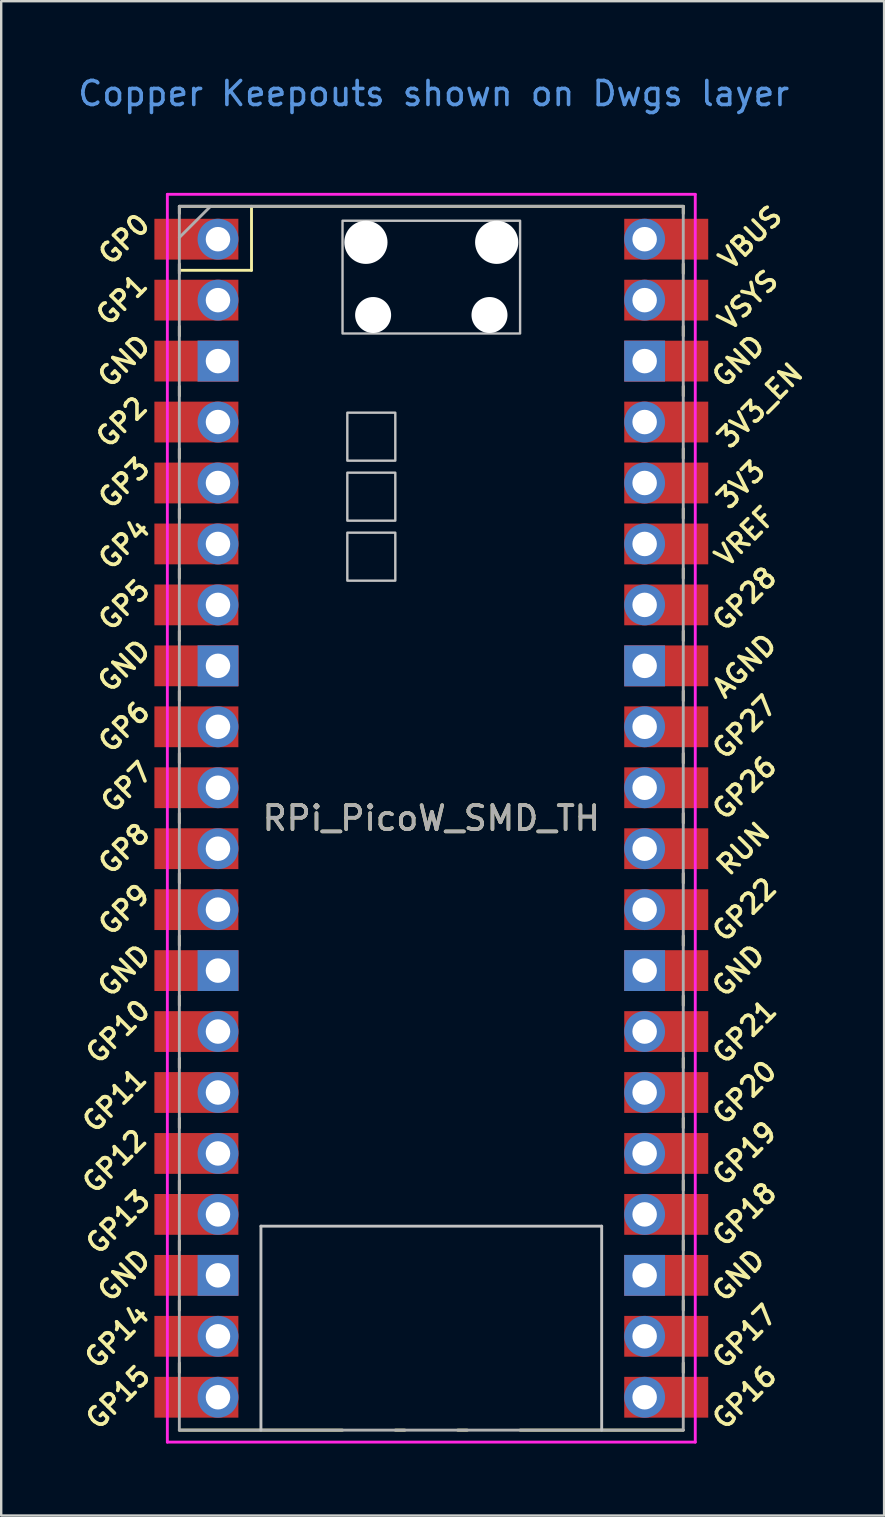
<source format=kicad_pcb>
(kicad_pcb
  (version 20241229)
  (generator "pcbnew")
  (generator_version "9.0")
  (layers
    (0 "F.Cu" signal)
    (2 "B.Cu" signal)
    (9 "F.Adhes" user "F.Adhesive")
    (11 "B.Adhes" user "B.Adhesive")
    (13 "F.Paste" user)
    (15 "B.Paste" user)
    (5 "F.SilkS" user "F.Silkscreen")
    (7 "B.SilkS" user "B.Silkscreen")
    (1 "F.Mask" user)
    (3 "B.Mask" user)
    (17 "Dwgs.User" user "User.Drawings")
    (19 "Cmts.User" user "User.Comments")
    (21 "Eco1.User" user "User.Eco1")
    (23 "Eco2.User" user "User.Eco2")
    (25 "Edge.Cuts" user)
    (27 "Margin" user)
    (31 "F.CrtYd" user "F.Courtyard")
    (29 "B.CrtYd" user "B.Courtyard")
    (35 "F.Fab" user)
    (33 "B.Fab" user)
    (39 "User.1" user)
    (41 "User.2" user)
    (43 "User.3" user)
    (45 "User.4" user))
  (footprint "RPi_PicoW_SMD_TH"
    (layer "F.Cu")
    (at 14.924 31.048)
    (property "Reference" "RPi_PicoW_SMD_TH" (at 0 0 0) (layer "F.SilkS") (effects (font (size 1 1) (thickness 0.15))))
    (attr through_hole)
    (fp_line (start -10.5 -25.5) (end -10.5 -25.2) (stroke (width 0.12) (type solid)) (layer "F.SilkS"))
    (fp_line (start -10.5 -25.5) (end 10.5 -25.5) (stroke (width 0.12) (type solid)) (layer "F.SilkS"))
    (fp_line (start -10.5 -23.1) (end -10.5 -22.7) (stroke (width 0.12) (type solid)) (layer "F.SilkS"))
    (fp_line (start -10.5 -22.833) (end -7.493 -22.833) (stroke (width 0.12) (type solid)) (layer "F.SilkS"))
    (fp_line (start -10.5 -20.5) (end -10.5 -20.1) (stroke (width 0.12) (type solid)) (layer "F.SilkS"))
    (fp_line (start -10.5 -18) (end -10.5 -17.6) (stroke (width 0.12) (type solid)) (layer "F.SilkS"))
    (fp_line (start -10.5 -15.4) (end -10.5 -15) (stroke (width 0.12) (type solid)) (layer "F.SilkS"))
    (fp_line (start -10.5 -12.9) (end -10.5 -12.5) (stroke (width 0.12) (type solid)) (layer "F.SilkS"))
    (fp_line (start -10.5 -10.4) (end -10.5 -10) (stroke (width 0.12) (type solid)) (layer "F.SilkS"))
    (fp_line (start -10.5 -7.8) (end -10.5 -7.4) (stroke (width 0.12) (type solid)) (layer "F.SilkS"))
    (fp_line (start -10.5 -5.3) (end -10.5 -4.9) (stroke (width 0.12) (type solid)) (layer "F.SilkS"))
    (fp_line (start -10.5 -2.7) (end -10.5 -2.3) (stroke (width 0.12) (type solid)) (layer "F.SilkS"))
    (fp_line (start -10.5 -0.2) (end -10.5 0.2) (stroke (width 0.12) (type solid)) (layer "F.SilkS"))
    (fp_line (start -10.5 2.3) (end -10.5 2.7) (stroke (width 0.12) (type solid)) (layer "F.SilkS"))
    (fp_line (start -10.5 4.9) (end -10.5 5.3) (stroke (width 0.12) (type solid)) (layer "F.SilkS"))
    (fp_line (start -10.5 7.4) (end -10.5 7.8) (stroke (width 0.12) (type solid)) (layer "F.SilkS"))
    (fp_line (start -10.5 10) (end -10.5 10.4) (stroke (width 0.12) (type solid)) (layer "F.SilkS"))
    (fp_line (start -10.5 12.5) (end -10.5 12.9) (stroke (width 0.12) (type solid)) (layer "F.SilkS"))
    (fp_line (start -10.5 15.1) (end -10.5 15.5) (stroke (width 0.12) (type solid)) (layer "F.SilkS"))
    (fp_line (start -10.5 17.6) (end -10.5 18) (stroke (width 0.12) (type solid)) (layer "F.SilkS"))
    (fp_line (start -10.5 20.1) (end -10.5 20.5) (stroke (width 0.12) (type solid)) (layer "F.SilkS"))
    (fp_line (start -10.5 22.7) (end -10.5 23.1) (stroke (width 0.12) (type solid)) (layer "F.SilkS"))
    (fp_line (start -7.493 -22.833) (end -7.493 -25.5) (stroke (width 0.12) (type solid)) (layer "F.SilkS"))
    (fp_line (start -3.7 25.5) (end -10.5 25.5) (stroke (width 0.12) (type solid)) (layer "F.SilkS"))
    (fp_line (start -1.5 25.5) (end -1.1 25.5) (stroke (width 0.12) (type solid)) (layer "F.SilkS"))
    (fp_line (start 1.1 25.5) (end 1.5 25.5) (stroke (width 0.12) (type solid)) (layer "F.SilkS"))
    (fp_line (start 10.5 -25.5) (end 10.5 -25.2) (stroke (width 0.12) (type solid)) (layer "F.SilkS"))
    (fp_line (start 10.5 -23.1) (end 10.5 -22.7) (stroke (width 0.12) (type solid)) (layer "F.SilkS"))
    (fp_line (start 10.5 -20.5) (end 10.5 -20.1) (stroke (width 0.12) (type solid)) (layer "F.SilkS"))
    (fp_line (start 10.5 -18) (end 10.5 -17.6) (stroke (width 0.12) (type solid)) (layer "F.SilkS"))
    (fp_line (start 10.5 -15.4) (end 10.5 -15) (stroke (width 0.12) (type solid)) (layer "F.SilkS"))
    (fp_line (start 10.5 -12.9) (end 10.5 -12.5) (stroke (width 0.12) (type solid)) (layer "F.SilkS"))
    (fp_line (start 10.5 -10.4) (end 10.5 -10) (stroke (width 0.12) (type solid)) (layer "F.SilkS"))
    (fp_line (start 10.5 -7.8) (end 10.5 -7.4) (stroke (width 0.12) (type solid)) (layer "F.SilkS"))
    (fp_line (start 10.5 -5.3) (end 10.5 -4.9) (stroke (width 0.12) (type solid)) (layer "F.SilkS"))
    (fp_line (start 10.5 -2.7) (end 10.5 -2.3) (stroke (width 0.12) (type solid)) (layer "F.SilkS"))
    (fp_line (start 10.5 -0.2) (end 10.5 0.2) (stroke (width 0.12) (type solid)) (layer "F.SilkS"))
    (fp_line (start 10.5 2.3) (end 10.5 2.7) (stroke (width 0.12) (type solid)) (layer "F.SilkS"))
    (fp_line (start 10.5 4.9) (end 10.5 5.3) (stroke (width 0.12) (type solid)) (layer "F.SilkS"))
    (fp_line (start 10.5 7.4) (end 10.5 7.8) (stroke (width 0.12) (type solid)) (layer "F.SilkS"))
    (fp_line (start 10.5 10) (end 10.5 10.4) (stroke (width 0.12) (type solid)) (layer "F.SilkS"))
    (fp_line (start 10.5 12.5) (end 10.5 12.9) (stroke (width 0.12) (type solid)) (layer "F.SilkS"))
    (fp_line (start 10.5 15.1) (end 10.5 15.5) (stroke (width 0.12) (type solid)) (layer "F.SilkS"))
    (fp_line (start 10.5 17.6) (end 10.5 18) (stroke (width 0.12) (type solid)) (layer "F.SilkS"))
    (fp_line (start 10.5 20.1) (end 10.5 20.5) (stroke (width 0.12) (type solid)) (layer "F.SilkS"))
    (fp_line (start 10.5 22.7) (end 10.5 23.1) (stroke (width 0.12) (type solid)) (layer "F.SilkS"))
    (fp_line (start 10.5 25.5) (end 3.7 25.5) (stroke (width 0.12) (type solid)) (layer "F.SilkS"))
    (fp_line (start -7.1 17) (end 7.1 17) (stroke (width 0.12) (type solid)) (layer "Dwgs.User"))
    (fp_line (start -7.1 25.5) (end -7.1 17) (stroke (width 0.12) (type solid)) (layer "Dwgs.User"))
    (fp_line (start 7.1 17) (end 7.1 25.5) (stroke (width 0.12) (type solid)) (layer "Dwgs.User"))
    (fp_poly (pts (xy -1.5 -14.9) (xy -3.5 -14.9) (xy -3.5 -16.9) (xy -1.5 -16.9)) (stroke (width 0.1) (type solid)) (fill no) (layer "Dwgs.User"))
    (fp_poly (pts (xy -1.5 -12.4) (xy -3.5 -12.4) (xy -3.5 -14.4) (xy -1.5 -14.4)) (stroke (width 0.1) (type solid)) (fill no) (layer "Dwgs.User"))
    (fp_poly (pts (xy -1.5 -9.9) (xy -3.5 -9.9) (xy -3.5 -11.9) (xy -1.5 -11.9)) (stroke (width 0.1) (type solid)) (fill no) (layer "Dwgs.User"))
    (fp_poly (pts (xy 3.7 -20.2) (xy -3.7 -20.2) (xy -3.7 -24.9) (xy 3.7 -24.9)) (stroke (width 0.1) (type solid)) (fill no) (layer "Dwgs.User"))
    (fp_line (start -11 -26) (end 11 -26) (stroke (width 0.12) (type solid)) (layer "F.CrtYd"))
    (fp_line (start -11 26) (end -11 -26) (stroke (width 0.12) (type solid)) (layer "F.CrtYd"))
    (fp_line (start 11 -26) (end 11 26) (stroke (width 0.12) (type solid)) (layer "F.CrtYd"))
    (fp_line (start 11 26) (end -11 26) (stroke (width 0.12) (type solid)) (layer "F.CrtYd"))
    (fp_line (start -10.5 -25.5) (end 10.5 -25.5) (stroke (width 0.12) (type solid)) (layer "F.Fab"))
    (fp_line (start -10.5 -24.2) (end -9.2 -25.5) (stroke (width 0.12) (type solid)) (layer "F.Fab"))
    (fp_line (start -10.5 25.5) (end -10.5 -25.5) (stroke (width 0.12) (type solid)) (layer "F.Fab"))
    (fp_line (start 10.5 -25.5) (end 10.5 25.5) (stroke (width 0.12) (type solid)) (layer "F.Fab"))
    (fp_line (start 10.5 25.5) (end -10.5 25.5) (stroke (width 0.12) (type solid)) (layer "F.Fab"))
    (fp_text user "GP12" (at -13.2 14.293 45) (layer "F.SilkS") (effects (font (size 0.8 0.8) (thickness 0.15))))
    (fp_text user "GP1" (at -12.9 -21.6 45) (layer "F.SilkS") (effects (font (size 0.8 0.8) (thickness 0.15))))
    (fp_text user "GP2" (at -12.9 -16.51 45) (layer "F.SilkS") (effects (font (size 0.8 0.8) (thickness 0.15))))
    (fp_text user "VBUS" (at 13.3 -24.2 45) (layer "F.SilkS") (effects (font (size 0.8 0.8) (thickness 0.15))))
    (fp_text user "GP14" (at -13.1 21.59 45) (layer "F.SilkS") (effects (font (size 0.8 0.8) (thickness 0.15))))
    (fp_text user "GP11" (at -13.2 11.752 45) (layer "F.SilkS") (effects (font (size 0.8 0.8) (thickness 0.15))))
    (fp_text user "RUN" (at 13 1.27 45) (layer "F.SilkS") (effects (font (size 0.8 0.8) (thickness 0.15))))
    (fp_text user "GP3" (at -12.8 -13.97 45) (layer "F.SilkS") (effects (font (size 0.8 0.8) (thickness 0.15))))
    (fp_text user "GND" (at -12.8 -19.05 45) (layer "F.SilkS") (effects (font (size 0.8 0.8) (thickness 0.15))))
    (fp_text user "GP17" (at 13.054 21.59 45) (layer "F.SilkS") (effects (font (size 0.8 0.8) (thickness 0.15))))
    (fp_text user "GND" (at -12.8 6.35 45) (layer "F.SilkS") (effects (font (size 0.8 0.8) (thickness 0.15))))
    (fp_text user "GP28" (at 13.054 -9.144 45) (layer "F.SilkS") (effects (font (size 0.8 0.8) (thickness 0.15))))
    (fp_text user "GP16" (at 13.054 24.13 45) (layer "F.SilkS") (effects (font (size 0.8 0.8) (thickness 0.15))))
    (fp_text user "VSYS" (at 13.2 -21.59 45) (layer "F.SilkS") (effects (font (size 0.8 0.8) (thickness 0.15))))
    (fp_text user "GP8" (at -12.8 1.27 45) (layer "F.SilkS") (effects (font (size 0.8 0.8) (thickness 0.15))))
    (fp_text user "GND" (at 12.8 6.35 45) (layer "F.SilkS") (effects (font (size 0.8 0.8) (thickness 0.15))))
    (fp_text user "GP26" (at 13.054 -1.27 45) (layer "F.SilkS") (effects (font (size 0.8 0.8) (thickness 0.15))))
    (fp_text user "GP5" (at -12.8 -8.89 45) (layer "F.SilkS") (effects (font (size 0.8 0.8) (thickness 0.15))))
    (fp_text user "GND" (at -12.8 19.05 45) (layer "F.SilkS") (effects (font (size 0.8 0.8) (thickness 0.15))))
    (fp_text user "GND" (at 12.8 19.05 45) (layer "F.SilkS") (effects (font (size 0.8 0.8) (thickness 0.15))))
    (fp_text user "GP21" (at 13.054 8.9 45) (layer "F.SilkS") (effects (font (size 0.8 0.8) (thickness 0.15))))
    (fp_text user "GND" (at -12.8 -6.35 45) (layer "F.SilkS") (effects (font (size 0.8 0.8) (thickness 0.15))))
    (fp_text user "GP6" (at -12.8 -3.81 45) (layer "F.SilkS") (effects (font (size 0.8 0.8) (thickness 0.15))))
    (fp_text user "GP19" (at 13.054 13.97 45) (layer "F.SilkS") (effects (font (size 0.8 0.8) (thickness 0.15))))
    (fp_text user "VREF" (at 13.068 -11.742 45) (layer "F.SilkS") (effects (font (size 0.8 0.8) (thickness 0.15))))
    (fp_text user "AGND" (at 13.054 -6.35 45) (layer "F.SilkS") (effects (font (size 0.8 0.8) (thickness 0.15))))
    (fp_text user "GP22" (at 13.054 3.81 45) (layer "F.SilkS") (effects (font (size 0.8 0.8) (thickness 0.15))))
    (fp_text user "GP10" (at -13.054 8.89 45) (layer "F.SilkS") (effects (font (size 0.8 0.8) (thickness 0.15))))
    (fp_text user "GP0" (at -12.8 -24.13 45) (layer "F.SilkS") (effects (font (size 0.8 0.8) (thickness 0.15))))
    (fp_text user "GND" (at 12.8 -19.05 45) (layer "F.SilkS") (effects (font (size 0.8 0.8) (thickness 0.15))))
    (fp_text user "3V3" (at 12.9 -13.9 45) (layer "F.SilkS") (effects (font (size 0.8 0.8) (thickness 0.15))))
    (fp_text user "GP13" (at -13.054 16.832 45) (layer "F.SilkS") (effects (font (size 0.8 0.8) (thickness 0.15))))
    (fp_text user "GP18" (at 13.054 16.51 45) (layer "F.SilkS") (effects (font (size 0.8 0.8) (thickness 0.15))))
    (fp_text user "GP27" (at 13.054 -3.8 45) (layer "F.SilkS") (effects (font (size 0.8 0.8) (thickness 0.15))))
    (fp_text user "GP7" (at -12.7 -1.3 45) (layer "F.SilkS") (effects (font (size 0.8 0.8) (thickness 0.15))))
    (fp_text user "GP15" (at -13.054 24.13 45) (layer "F.SilkS") (effects (font (size 0.8 0.8) (thickness 0.15))))
    (fp_text user "GP9" (at -12.8 3.81 45) (layer "F.SilkS") (effects (font (size 0.8 0.8) (thickness 0.15))))
    (fp_text user "3V3_EN" (at 13.7 -17.2 45) (layer "F.SilkS") (effects (font (size 0.8 0.8) (thickness 0.15))))
    (fp_text user "GP20" (at 13.054 11.43 45) (layer "F.SilkS") (effects (font (size 0.8 0.8) (thickness 0.15))))
    (fp_text user "GP4" (at -12.8 -11.43 45) (layer "F.SilkS") (effects (font (size 0.8 0.8) (thickness 0.15))))
    (fp_text user "Copper Keepouts shown on Dwgs layer" (at 0.1 -30.2 0) (layer "Cmts.User") (effects (font (size 1 1) (thickness 0.15))))
    (fp_text user "${REFERENCE}" (at 0 0 180) (layer "F.Fab") (effects (font (size 1 1) (thickness 0.15))))
    (pad "" np_thru_hole oval (at -2.725 -24) (size 1.8 1.8) (drill 1.8) (layers "*.Cu" "*.Mask"))
    (pad "" np_thru_hole oval (at -2.425 -20.97) (size 1.5 1.5) (drill 1.5) (layers "*.Cu" "*.Mask"))
    (pad "" np_thru_hole oval (at 2.425 -20.97) (size 1.5 1.5) (drill 1.5) (layers "*.Cu" "*.Mask"))
    (pad "" np_thru_hole oval (at 2.725 -24) (size 1.8 1.8) (drill 1.8) (layers "*.Cu" "*.Mask"))
    (pad "1" thru_hole oval (at -8.89 -24.13) (size 1.7 1.7) (drill 1.02) (layers "*.Cu" "*.Mask"))
    (pad "1" smd rect (at -8.89 -24.13) (size 3.5 1.7) (drill (offset -0.9 0)) (layers "F.Cu" "F.Mask"))
    (pad "2" thru_hole oval (at -8.89 -21.59) (size 1.7 1.7) (drill 1.02) (layers "*.Cu" "*.Mask"))
    (pad "2" smd rect (at -8.89 -21.59) (size 3.5 1.7) (drill (offset -0.9 0)) (layers "F.Cu" "F.Mask"))
    (pad "3" thru_hole rect (at -8.89 -19.05) (size 1.7 1.7) (drill 1.02) (layers "*.Cu" "*.Mask"))
    (pad "3" smd rect (at -8.89 -19.05) (size 3.5 1.7) (drill (offset -0.9 0)) (layers "F.Cu" "F.Mask"))
    (pad "4" thru_hole oval (at -8.89 -16.51) (size 1.7 1.7) (drill 1.02) (layers "*.Cu" "*.Mask"))
    (pad "4" smd rect (at -8.89 -16.51) (size 3.5 1.7) (drill (offset -0.9 0)) (layers "F.Cu" "F.Mask"))
    (pad "5" thru_hole oval (at -8.89 -13.97) (size 1.7 1.7) (drill 1.02) (layers "*.Cu" "*.Mask"))
    (pad "5" smd rect (at -8.89 -13.97) (size 3.5 1.7) (drill (offset -0.9 0)) (layers "F.Cu" "F.Mask"))
    (pad "6" thru_hole oval (at -8.89 -11.43) (size 1.7 1.7) (drill 1.02) (layers "*.Cu" "*.Mask"))
    (pad "6" smd rect (at -8.89 -11.43) (size 3.5 1.7) (drill (offset -0.9 0)) (layers "F.Cu" "F.Mask"))
    (pad "7" thru_hole oval (at -8.89 -8.89) (size 1.7 1.7) (drill 1.02) (layers "*.Cu" "*.Mask"))
    (pad "7" smd rect (at -8.89 -8.89) (size 3.5 1.7) (drill (offset -0.9 0)) (layers "F.Cu" "F.Mask"))
    (pad "8" thru_hole rect (at -8.89 -6.35) (size 1.7 1.7) (drill 1.02) (layers "*.Cu" "*.Mask"))
    (pad "8" smd rect (at -8.89 -6.35) (size 3.5 1.7) (drill (offset -0.9 0)) (layers "F.Cu" "F.Mask"))
    (pad "9" thru_hole oval (at -8.89 -3.81) (size 1.7 1.7) (drill 1.02) (layers "*.Cu" "*.Mask"))
    (pad "9" smd rect (at -8.89 -3.81) (size 3.5 1.7) (drill (offset -0.9 0)) (layers "F.Cu" "F.Mask"))
    (pad "10" thru_hole oval (at -8.89 -1.27) (size 1.7 1.7) (drill 1.02) (layers "*.Cu" "*.Mask"))
    (pad "10" smd rect (at -8.89 -1.27) (size 3.5 1.7) (drill (offset -0.9 0)) (layers "F.Cu" "F.Mask"))
    (pad "11" thru_hole oval (at -8.89 1.27) (size 1.7 1.7) (drill 1.02) (layers "*.Cu" "*.Mask"))
    (pad "11" smd rect (at -8.89 1.27) (size 3.5 1.7) (drill (offset -0.9 0)) (layers "F.Cu" "F.Mask"))
    (pad "12" thru_hole oval (at -8.89 3.81) (size 1.7 1.7) (drill 1.02) (layers "*.Cu" "*.Mask"))
    (pad "12" smd rect (at -8.89 3.81) (size 3.5 1.7) (drill (offset -0.9 0)) (layers "F.Cu" "F.Mask"))
    (pad "13" thru_hole rect (at -8.89 6.35) (size 1.7 1.7) (drill 1.02) (layers "*.Cu" "*.Mask"))
    (pad "13" smd rect (at -8.89 6.35) (size 3.5 1.7) (drill (offset -0.9 0)) (layers "F.Cu" "F.Mask"))
    (pad "14" thru_hole oval (at -8.89 8.89) (size 1.7 1.7) (drill 1.02) (layers "*.Cu" "*.Mask"))
    (pad "14" smd rect (at -8.89 8.89) (size 3.5 1.7) (drill (offset -0.9 0)) (layers "F.Cu" "F.Mask"))
    (pad "15" thru_hole oval (at -8.89 11.43) (size 1.7 1.7) (drill 1.02) (layers "*.Cu" "*.Mask"))
    (pad "15" smd rect (at -8.89 11.43) (size 3.5 1.7) (drill (offset -0.9 0)) (layers "F.Cu" "F.Mask"))
    (pad "16" thru_hole oval (at -8.89 13.97) (size 1.7 1.7) (drill 1.02) (layers "*.Cu" "*.Mask"))
    (pad "16" smd rect (at -8.89 13.97) (size 3.5 1.7) (drill (offset -0.9 0)) (layers "F.Cu" "F.Mask"))
    (pad "17" thru_hole oval (at -8.89 16.51) (size 1.7 1.7) (drill 1.02) (layers "*.Cu" "*.Mask"))
    (pad "17" smd rect (at -8.89 16.51) (size 3.5 1.7) (drill (offset -0.9 0)) (layers "F.Cu" "F.Mask"))
    (pad "18" thru_hole rect (at -8.89 19.05) (size 1.7 1.7) (drill 1.02) (layers "*.Cu" "*.Mask"))
    (pad "18" smd rect (at -8.89 19.05) (size 3.5 1.7) (drill (offset -0.9 0)) (layers "F.Cu" "F.Mask"))
    (pad "19" thru_hole oval (at -8.89 21.59) (size 1.7 1.7) (drill 1.02) (layers "*.Cu" "*.Mask"))
    (pad "19" smd rect (at -8.89 21.59) (size 3.5 1.7) (drill (offset -0.9 0)) (layers "F.Cu" "F.Mask"))
    (pad "20" thru_hole oval (at -8.89 24.13) (size 1.7 1.7) (drill 1.02) (layers "*.Cu" "*.Mask"))
    (pad "20" smd rect (at -8.89 24.13) (size 3.5 1.7) (drill (offset -0.9 0)) (layers "F.Cu" "F.Mask"))
    (pad "21" thru_hole oval (at 8.89 24.13) (size 1.7 1.7) (drill 1.02) (layers "*.Cu" "*.Mask"))
    (pad "21" smd rect (at 8.89 24.13) (size 3.5 1.7) (drill (offset 0.9 0)) (layers "F.Cu" "F.Mask"))
    (pad "22" thru_hole oval (at 8.89 21.59) (size 1.7 1.7) (drill 1.02) (layers "*.Cu" "*.Mask"))
    (pad "22" smd rect (at 8.89 21.59) (size 3.5 1.7) (drill (offset 0.9 0)) (layers "F.Cu" "F.Mask"))
    (pad "23" thru_hole rect (at 8.89 19.05) (size 1.7 1.7) (drill 1.02) (layers "*.Cu" "*.Mask"))
    (pad "23" smd rect (at 8.89 19.05) (size 3.5 1.7) (drill (offset 0.9 0)) (layers "F.Cu" "F.Mask"))
    (pad "24" thru_hole oval (at 8.89 16.51) (size 1.7 1.7) (drill 1.02) (layers "*.Cu" "*.Mask"))
    (pad "24" smd rect (at 8.89 16.51) (size 3.5 1.7) (drill (offset 0.9 0)) (layers "F.Cu" "F.Mask"))
    (pad "25" thru_hole oval (at 8.89 13.97) (size 1.7 1.7) (drill 1.02) (layers "*.Cu" "*.Mask"))
    (pad "25" smd rect (at 8.89 13.97) (size 3.5 1.7) (drill (offset 0.9 0)) (layers "F.Cu" "F.Mask"))
    (pad "26" thru_hole oval (at 8.89 11.43) (size 1.7 1.7) (drill 1.02) (layers "*.Cu" "*.Mask"))
    (pad "26" smd rect (at 8.89 11.43) (size 3.5 1.7) (drill (offset 0.9 0)) (layers "F.Cu" "F.Mask"))
    (pad "27" thru_hole oval (at 8.89 8.89) (size 1.7 1.7) (drill 1.02) (layers "*.Cu" "*.Mask"))
    (pad "27" smd rect (at 8.89 8.89) (size 3.5 1.7) (drill (offset 0.9 0)) (layers "F.Cu" "F.Mask"))
    (pad "28" thru_hole rect (at 8.89 6.35) (size 1.7 1.7) (drill 1.02) (layers "*.Cu" "*.Mask"))
    (pad "28" smd rect (at 8.89 6.35) (size 3.5 1.7) (drill (offset 0.9 0)) (layers "F.Cu" "F.Mask"))
    (pad "29" thru_hole oval (at 8.89 3.81) (size 1.7 1.7) (drill 1.02) (layers "*.Cu" "*.Mask"))
    (pad "29" smd rect (at 8.89 3.81) (size 3.5 1.7) (drill (offset 0.9 0)) (layers "F.Cu" "F.Mask"))
    (pad "30" thru_hole oval (at 8.89 1.27) (size 1.7 1.7) (drill 1.02) (layers "*.Cu" "*.Mask"))
    (pad "30" smd rect (at 8.89 1.27) (size 3.5 1.7) (drill (offset 0.9 0)) (layers "F.Cu" "F.Mask"))
    (pad "31" thru_hole oval (at 8.89 -1.27) (size 1.7 1.7) (drill 1.02) (layers "*.Cu" "*.Mask"))
    (pad "31" smd rect (at 8.89 -1.27) (size 3.5 1.7) (drill (offset 0.9 0)) (layers "F.Cu" "F.Mask"))
    (pad "32" thru_hole oval (at 8.89 -3.81) (size 1.7 1.7) (drill 1.02) (layers "*.Cu" "*.Mask"))
    (pad "32" smd rect (at 8.89 -3.81) (size 3.5 1.7) (drill (offset 0.9 0)) (layers "F.Cu" "F.Mask"))
    (pad "33" thru_hole rect (at 8.89 -6.35) (size 1.7 1.7) (drill 1.02) (layers "*.Cu" "*.Mask"))
    (pad "33" smd rect (at 8.89 -6.35) (size 3.5 1.7) (drill (offset 0.9 0)) (layers "F.Cu" "F.Mask"))
    (pad "34" thru_hole oval (at 8.89 -8.89) (size 1.7 1.7) (drill 1.02) (layers "*.Cu" "*.Mask"))
    (pad "34" smd rect (at 8.89 -8.89) (size 3.5 1.7) (drill (offset 0.9 0)) (layers "F.Cu" "F.Mask"))
    (pad "35" thru_hole oval (at 8.89 -11.43) (size 1.7 1.7) (drill 1.02) (layers "*.Cu" "*.Mask"))
    (pad "35" smd rect (at 8.89 -11.43) (size 3.5 1.7) (drill (offset 0.9 0)) (layers "F.Cu" "F.Mask"))
    (pad "36" thru_hole oval (at 8.89 -13.97) (size 1.7 1.7) (drill 1.02) (layers "*.Cu" "*.Mask"))
    (pad "36" smd rect (at 8.89 -13.97) (size 3.5 1.7) (drill (offset 0.9 0)) (layers "F.Cu" "F.Mask"))
    (pad "37" thru_hole oval (at 8.89 -16.51) (size 1.7 1.7) (drill 1.02) (layers "*.Cu" "*.Mask"))
    (pad "37" smd rect (at 8.89 -16.51) (size 3.5 1.7) (drill (offset 0.9 0)) (layers "F.Cu" "F.Mask"))
    (pad "38" thru_hole rect (at 8.89 -19.05) (size 1.7 1.7) (drill 1.02) (layers "*.Cu" "*.Mask"))
    (pad "38" smd rect (at 8.89 -19.05) (size 3.5 1.7) (drill (offset 0.9 0)) (layers "F.Cu" "F.Mask"))
    (pad "39" thru_hole oval (at 8.89 -21.59) (size 1.7 1.7) (drill 1.02) (layers "*.Cu" "*.Mask"))
    (pad "39" smd rect (at 8.89 -21.59) (size 3.5 1.7) (drill (offset 0.9 0)) (layers "F.Cu" "F.Mask"))
    (pad "40" thru_hole oval (at 8.89 -24.13) (size 1.7 1.7) (drill 1.02) (layers "*.Cu" "*.Mask"))
    (pad "40" smd rect (at 8.89 -24.13) (size 3.5 1.7) (drill (offset 0.9 0)) (layers "F.Cu" "F.Mask")))
  (gr_rect
    (start -3 -3)
    (end 33.793 60.108)
    (stroke (width 0.1) (type default))
    (fill no)
    (layer "Edge.Cuts")))
</source>
